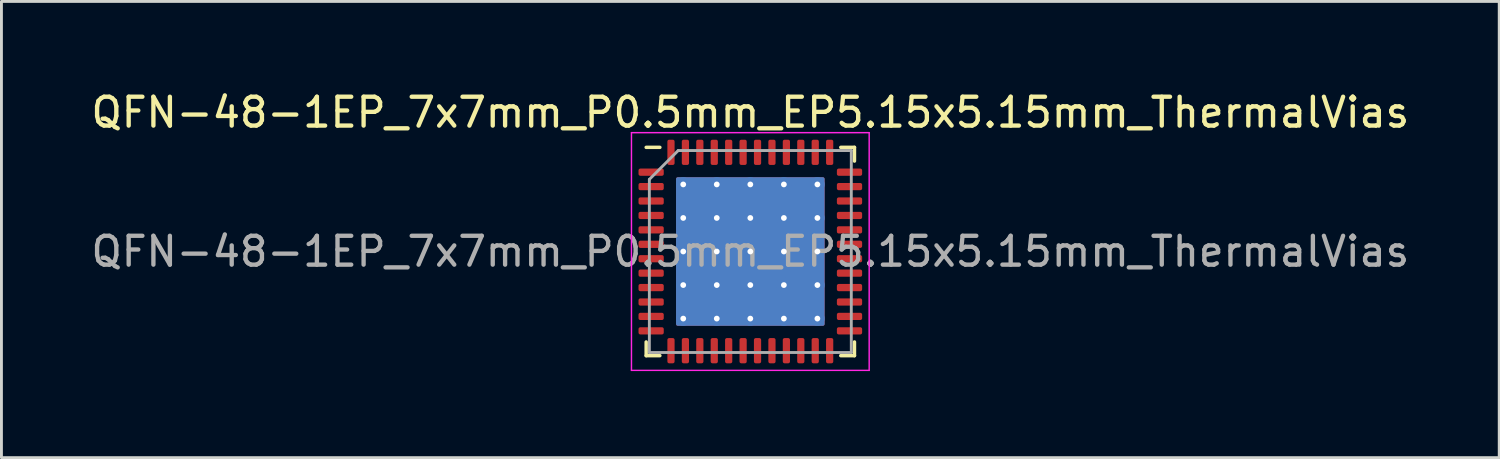
<source format=kicad_pcb>
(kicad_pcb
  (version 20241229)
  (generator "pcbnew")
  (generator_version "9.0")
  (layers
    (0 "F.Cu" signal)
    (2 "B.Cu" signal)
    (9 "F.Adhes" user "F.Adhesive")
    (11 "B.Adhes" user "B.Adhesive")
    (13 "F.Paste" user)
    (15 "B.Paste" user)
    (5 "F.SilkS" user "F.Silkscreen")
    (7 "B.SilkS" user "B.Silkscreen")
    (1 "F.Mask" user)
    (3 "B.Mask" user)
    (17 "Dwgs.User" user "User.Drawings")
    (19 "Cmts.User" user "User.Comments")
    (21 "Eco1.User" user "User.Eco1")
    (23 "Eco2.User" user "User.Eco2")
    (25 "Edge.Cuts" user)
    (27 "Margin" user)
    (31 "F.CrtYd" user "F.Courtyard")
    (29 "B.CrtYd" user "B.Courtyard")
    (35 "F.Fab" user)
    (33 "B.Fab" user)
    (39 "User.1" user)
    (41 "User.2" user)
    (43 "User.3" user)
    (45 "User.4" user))
  (footprint "QFN-48-1EP_7x7mm_P0.5mm_EP5.15x5.15mm_ThermalVias"
    (layer "F.Cu")
    (at 22.958 5.668)
    (property "Reference" "QFN-48-1EP_7x7mm_P0.5mm_EP5.15x5.15mm_ThermalVias" (at 0 -4.82 0) (layer "F.SilkS") (effects (font (size 1 1) (thickness 0.15))))
    (attr smd)
    (fp_line (start -3.61 3.61) (end -3.61 3.135) (stroke (width 0.12) (type solid)) (layer "F.SilkS"))
    (fp_line (start -3.135 -3.61) (end -3.61 -3.61) (stroke (width 0.12) (type solid)) (layer "F.SilkS"))
    (fp_line (start -3.135 3.61) (end -3.61 3.61) (stroke (width 0.12) (type solid)) (layer "F.SilkS"))
    (fp_line (start 3.135 -3.61) (end 3.61 -3.61) (stroke (width 0.12) (type solid)) (layer "F.SilkS"))
    (fp_line (start 3.135 3.61) (end 3.61 3.61) (stroke (width 0.12) (type solid)) (layer "F.SilkS"))
    (fp_line (start 3.61 -3.61) (end 3.61 -3.135) (stroke (width 0.12) (type solid)) (layer "F.SilkS"))
    (fp_line (start 3.61 3.61) (end 3.61 3.135) (stroke (width 0.12) (type solid)) (layer "F.SilkS"))
    (fp_line (start -4.12 -4.12) (end -4.12 4.12) (stroke (width 0.05) (type solid)) (layer "F.CrtYd"))
    (fp_line (start -4.12 4.12) (end 4.12 4.12) (stroke (width 0.05) (type solid)) (layer "F.CrtYd"))
    (fp_line (start 4.12 -4.12) (end -4.12 -4.12) (stroke (width 0.05) (type solid)) (layer "F.CrtYd"))
    (fp_line (start 4.12 4.12) (end 4.12 -4.12) (stroke (width 0.05) (type solid)) (layer "F.CrtYd"))
    (fp_line (start -3.5 -2.5) (end -2.5 -3.5) (stroke (width 0.1) (type solid)) (layer "F.Fab"))
    (fp_line (start -3.5 3.5) (end -3.5 -2.5) (stroke (width 0.1) (type solid)) (layer "F.Fab"))
    (fp_line (start -2.5 -3.5) (end 3.5 -3.5) (stroke (width 0.1) (type solid)) (layer "F.Fab"))
    (fp_line (start 3.5 -3.5) (end 3.5 3.5) (stroke (width 0.1) (type solid)) (layer "F.Fab"))
    (fp_line (start 3.5 3.5) (end -3.5 3.5) (stroke (width 0.1) (type solid)) (layer "F.Fab"))
    (fp_text user "${REFERENCE}" (at 0 0 0) (layer "F.Fab") (effects (font (size 1 1) (thickness 0.15))))
    (pad "" smd roundrect (at -1.744 -1.744) (size 0.997 0.997) (layers "F.Paste") (roundrect_rratio 0.25))
    (pad "" smd roundrect (at -1.744 -0.581) (size 0.997 0.997) (layers "F.Paste") (roundrect_rratio 0.25))
    (pad "" smd roundrect (at -1.744 0.581) (size 0.997 0.997) (layers "F.Paste") (roundrect_rratio 0.25))
    (pad "" smd roundrect (at -1.744 1.744) (size 0.997 0.997) (layers "F.Paste") (roundrect_rratio 0.25))
    (pad "" smd roundrect (at -0.581 -1.744) (size 0.997 0.997) (layers "F.Paste") (roundrect_rratio 0.25))
    (pad "" smd roundrect (at -0.581 -0.581) (size 0.997 0.997) (layers "F.Paste") (roundrect_rratio 0.25))
    (pad "" smd roundrect (at -0.581 0.581) (size 0.997 0.997) (layers "F.Paste") (roundrect_rratio 0.25))
    (pad "" smd roundrect (at -0.581 1.744) (size 0.997 0.997) (layers "F.Paste") (roundrect_rratio 0.25))
    (pad "" smd roundrect (at 0.581 -1.744) (size 0.997 0.997) (layers "F.Paste") (roundrect_rratio 0.25))
    (pad "" smd roundrect (at 0.581 -0.581) (size 0.997 0.997) (layers "F.Paste") (roundrect_rratio 0.25))
    (pad "" smd roundrect (at 0.581 0.581) (size 0.997 0.997) (layers "F.Paste") (roundrect_rratio 0.25))
    (pad "" smd roundrect (at 0.581 1.744) (size 0.997 0.997) (layers "F.Paste") (roundrect_rratio 0.25))
    (pad "" smd roundrect (at 1.744 -1.744) (size 0.997 0.997) (layers "F.Paste") (roundrect_rratio 0.25))
    (pad "" smd roundrect (at 1.744 -0.581) (size 0.997 0.997) (layers "F.Paste") (roundrect_rratio 0.25))
    (pad "" smd roundrect (at 1.744 0.581) (size 0.997 0.997) (layers "F.Paste") (roundrect_rratio 0.25))
    (pad "" smd roundrect (at 1.744 1.744) (size 0.997 0.997) (layers "F.Paste") (roundrect_rratio 0.25))
    (pad "1" smd roundrect (at -3.438 -2.75) (size 0.875 0.25) (layers "F.Cu" "F.Mask" "F.Paste") (roundrect_rratio 0.25))
    (pad "2" smd roundrect (at -3.438 -2.25) (size 0.875 0.25) (layers "F.Cu" "F.Mask" "F.Paste") (roundrect_rratio 0.25))
    (pad "3" smd roundrect (at -3.438 -1.75) (size 0.875 0.25) (layers "F.Cu" "F.Mask" "F.Paste") (roundrect_rratio 0.25))
    (pad "4" smd roundrect (at -3.438 -1.25) (size 0.875 0.25) (layers "F.Cu" "F.Mask" "F.Paste") (roundrect_rratio 0.25))
    (pad "5" smd roundrect (at -3.438 -0.75) (size 0.875 0.25) (layers "F.Cu" "F.Mask" "F.Paste") (roundrect_rratio 0.25))
    (pad "6" smd roundrect (at -3.438 -0.25) (size 0.875 0.25) (layers "F.Cu" "F.Mask" "F.Paste") (roundrect_rratio 0.25))
    (pad "7" smd roundrect (at -3.438 0.25) (size 0.875 0.25) (layers "F.Cu" "F.Mask" "F.Paste") (roundrect_rratio 0.25))
    (pad "8" smd roundrect (at -3.438 0.75) (size 0.875 0.25) (layers "F.Cu" "F.Mask" "F.Paste") (roundrect_rratio 0.25))
    (pad "9" smd roundrect (at -3.438 1.25) (size 0.875 0.25) (layers "F.Cu" "F.Mask" "F.Paste") (roundrect_rratio 0.25))
    (pad "10" smd roundrect (at -3.438 1.75) (size 0.875 0.25) (layers "F.Cu" "F.Mask" "F.Paste") (roundrect_rratio 0.25))
    (pad "11" smd roundrect (at -3.438 2.25) (size 0.875 0.25) (layers "F.Cu" "F.Mask" "F.Paste") (roundrect_rratio 0.25))
    (pad "12" smd roundrect (at -3.438 2.75) (size 0.875 0.25) (layers "F.Cu" "F.Mask" "F.Paste") (roundrect_rratio 0.25))
    (pad "13" smd roundrect (at -2.75 3.438) (size 0.25 0.875) (layers "F.Cu" "F.Mask" "F.Paste") (roundrect_rratio 0.25))
    (pad "14" smd roundrect (at -2.25 3.438) (size 0.25 0.875) (layers "F.Cu" "F.Mask" "F.Paste") (roundrect_rratio 0.25))
    (pad "15" smd roundrect (at -1.75 3.438) (size 0.25 0.875) (layers "F.Cu" "F.Mask" "F.Paste") (roundrect_rratio 0.25))
    (pad "16" smd roundrect (at -1.25 3.438) (size 0.25 0.875) (layers "F.Cu" "F.Mask" "F.Paste") (roundrect_rratio 0.25))
    (pad "17" smd roundrect (at -0.75 3.438) (size 0.25 0.875) (layers "F.Cu" "F.Mask" "F.Paste") (roundrect_rratio 0.25))
    (pad "18" smd roundrect (at -0.25 3.438) (size 0.25 0.875) (layers "F.Cu" "F.Mask" "F.Paste") (roundrect_rratio 0.25))
    (pad "19" smd roundrect (at 0.25 3.438) (size 0.25 0.875) (layers "F.Cu" "F.Mask" "F.Paste") (roundrect_rratio 0.25))
    (pad "20" smd roundrect (at 0.75 3.438) (size 0.25 0.875) (layers "F.Cu" "F.Mask" "F.Paste") (roundrect_rratio 0.25))
    (pad "21" smd roundrect (at 1.25 3.438) (size 0.25 0.875) (layers "F.Cu" "F.Mask" "F.Paste") (roundrect_rratio 0.25))
    (pad "22" smd roundrect (at 1.75 3.438) (size 0.25 0.875) (layers "F.Cu" "F.Mask" "F.Paste") (roundrect_rratio 0.25))
    (pad "23" smd roundrect (at 2.25 3.438) (size 0.25 0.875) (layers "F.Cu" "F.Mask" "F.Paste") (roundrect_rratio 0.25))
    (pad "24" smd roundrect (at 2.75 3.438) (size 0.25 0.875) (layers "F.Cu" "F.Mask" "F.Paste") (roundrect_rratio 0.25))
    (pad "25" smd roundrect (at 3.438 2.75) (size 0.875 0.25) (layers "F.Cu" "F.Mask" "F.Paste") (roundrect_rratio 0.25))
    (pad "26" smd roundrect (at 3.438 2.25) (size 0.875 0.25) (layers "F.Cu" "F.Mask" "F.Paste") (roundrect_rratio 0.25))
    (pad "27" smd roundrect (at 3.438 1.75) (size 0.875 0.25) (layers "F.Cu" "F.Mask" "F.Paste") (roundrect_rratio 0.25))
    (pad "28" smd roundrect (at 3.438 1.25) (size 0.875 0.25) (layers "F.Cu" "F.Mask" "F.Paste") (roundrect_rratio 0.25))
    (pad "29" smd roundrect (at 3.438 0.75) (size 0.875 0.25) (layers "F.Cu" "F.Mask" "F.Paste") (roundrect_rratio 0.25))
    (pad "30" smd roundrect (at 3.438 0.25) (size 0.875 0.25) (layers "F.Cu" "F.Mask" "F.Paste") (roundrect_rratio 0.25))
    (pad "31" smd roundrect (at 3.438 -0.25) (size 0.875 0.25) (layers "F.Cu" "F.Mask" "F.Paste") (roundrect_rratio 0.25))
    (pad "32" smd roundrect (at 3.438 -0.75) (size 0.875 0.25) (layers "F.Cu" "F.Mask" "F.Paste") (roundrect_rratio 0.25))
    (pad "33" smd roundrect (at 3.438 -1.25) (size 0.875 0.25) (layers "F.Cu" "F.Mask" "F.Paste") (roundrect_rratio 0.25))
    (pad "34" smd roundrect (at 3.438 -1.75) (size 0.875 0.25) (layers "F.Cu" "F.Mask" "F.Paste") (roundrect_rratio 0.25))
    (pad "35" smd roundrect (at 3.438 -2.25) (size 0.875 0.25) (layers "F.Cu" "F.Mask" "F.Paste") (roundrect_rratio 0.25))
    (pad "36" smd roundrect (at 3.438 -2.75) (size 0.875 0.25) (layers "F.Cu" "F.Mask" "F.Paste") (roundrect_rratio 0.25))
    (pad "37" smd roundrect (at 2.75 -3.438) (size 0.25 0.875) (layers "F.Cu" "F.Mask" "F.Paste") (roundrect_rratio 0.25))
    (pad "38" smd roundrect (at 2.25 -3.438) (size 0.25 0.875) (layers "F.Cu" "F.Mask" "F.Paste") (roundrect_rratio 0.25))
    (pad "39" smd roundrect (at 1.75 -3.438) (size 0.25 0.875) (layers "F.Cu" "F.Mask" "F.Paste") (roundrect_rratio 0.25))
    (pad "40" smd roundrect (at 1.25 -3.438) (size 0.25 0.875) (layers "F.Cu" "F.Mask" "F.Paste") (roundrect_rratio 0.25))
    (pad "41" smd roundrect (at 0.75 -3.438) (size 0.25 0.875) (layers "F.Cu" "F.Mask" "F.Paste") (roundrect_rratio 0.25))
    (pad "42" smd roundrect (at 0.25 -3.438) (size 0.25 0.875) (layers "F.Cu" "F.Mask" "F.Paste") (roundrect_rratio 0.25))
    (pad "43" smd roundrect (at -0.25 -3.438) (size 0.25 0.875) (layers "F.Cu" "F.Mask" "F.Paste") (roundrect_rratio 0.25))
    (pad "44" smd roundrect (at -0.75 -3.438) (size 0.25 0.875) (layers "F.Cu" "F.Mask" "F.Paste") (roundrect_rratio 0.25))
    (pad "45" smd roundrect (at -1.25 -3.438) (size 0.25 0.875) (layers "F.Cu" "F.Mask" "F.Paste") (roundrect_rratio 0.25))
    (pad "46" smd roundrect (at -1.75 -3.438) (size 0.25 0.875) (layers "F.Cu" "F.Mask" "F.Paste") (roundrect_rratio 0.25))
    (pad "47" smd roundrect (at -2.25 -3.438) (size 0.25 0.875) (layers "F.Cu" "F.Mask" "F.Paste") (roundrect_rratio 0.25))
    (pad "48" smd roundrect (at -2.75 -3.438) (size 0.25 0.875) (layers "F.Cu" "F.Mask" "F.Paste") (roundrect_rratio 0.25))
    (pad "49" thru_hole circle (at -2.325 -2.325) (size 0.5 0.5) (drill 0.2) (layers "*.Cu"))
    (pad "49" thru_hole circle (at -2.325 -1.163) (size 0.5 0.5) (drill 0.2) (layers "*.Cu"))
    (pad "49" thru_hole circle (at -2.325 0) (size 0.5 0.5) (drill 0.2) (layers "*.Cu"))
    (pad "49" thru_hole circle (at -2.325 1.163) (size 0.5 0.5) (drill 0.2) (layers "*.Cu"))
    (pad "49" thru_hole circle (at -2.325 2.325) (size 0.5 0.5) (drill 0.2) (layers "*.Cu"))
    (pad "49" thru_hole circle (at -1.163 -2.325) (size 0.5 0.5) (drill 0.2) (layers "*.Cu"))
    (pad "49" thru_hole circle (at -1.163 -1.163) (size 0.5 0.5) (drill 0.2) (layers "*.Cu"))
    (pad "49" thru_hole circle (at -1.163 0) (size 0.5 0.5) (drill 0.2) (layers "*.Cu"))
    (pad "49" thru_hole circle (at -1.163 1.163) (size 0.5 0.5) (drill 0.2) (layers "*.Cu"))
    (pad "49" thru_hole circle (at -1.163 2.325) (size 0.5 0.5) (drill 0.2) (layers "*.Cu"))
    (pad "49" thru_hole circle (at 0 -2.325) (size 0.5 0.5) (drill 0.2) (layers "*.Cu"))
    (pad "49" thru_hole circle (at 0 -1.163) (size 0.5 0.5) (drill 0.2) (layers "*.Cu"))
    (pad "49" thru_hole circle (at 0 0) (size 0.5 0.5) (drill 0.2) (layers "*.Cu"))
    (pad "49" smd roundrect (at 0 0) (size 5.15 5.15) (layers "F.Cu" "F.Mask") (roundrect_rratio 0.012))
    (pad "49" smd roundrect (at 0 0) (size 5.15 5.15) (layers "B.Cu") (roundrect_rratio 0.012))
    (pad "49" thru_hole circle (at 0 1.163) (size 0.5 0.5) (drill 0.2) (layers "*.Cu"))
    (pad "49" thru_hole circle (at 0 2.325) (size 0.5 0.5) (drill 0.2) (layers "*.Cu"))
    (pad "49" thru_hole circle (at 1.163 -2.325) (size 0.5 0.5) (drill 0.2) (layers "*.Cu"))
    (pad "49" thru_hole circle (at 1.163 -1.163) (size 0.5 0.5) (drill 0.2) (layers "*.Cu"))
    (pad "49" thru_hole circle (at 1.163 0) (size 0.5 0.5) (drill 0.2) (layers "*.Cu"))
    (pad "49" thru_hole circle (at 1.163 1.163) (size 0.5 0.5) (drill 0.2) (layers "*.Cu"))
    (pad "49" thru_hole circle (at 1.163 2.325) (size 0.5 0.5) (drill 0.2) (layers "*.Cu"))
    (pad "49" thru_hole circle (at 2.325 -2.325) (size 0.5 0.5) (drill 0.2) (layers "*.Cu"))
    (pad "49" thru_hole circle (at 2.325 -1.163) (size 0.5 0.5) (drill 0.2) (layers "*.Cu"))
    (pad "49" thru_hole circle (at 2.325 0) (size 0.5 0.5) (drill 0.2) (layers "*.Cu"))
    (pad "49" thru_hole circle (at 2.325 1.163) (size 0.5 0.5) (drill 0.2) (layers "*.Cu"))
    (pad "49" thru_hole circle (at 2.325 2.325) (size 0.5 0.5) (drill 0.2) (layers "*.Cu")))
  (gr_rect
    (start -3 -3)
    (end 48.917 12.813)
    (stroke (width 0.1) (type default))
    (fill no)
    (layer "Edge.Cuts")))
</source>
